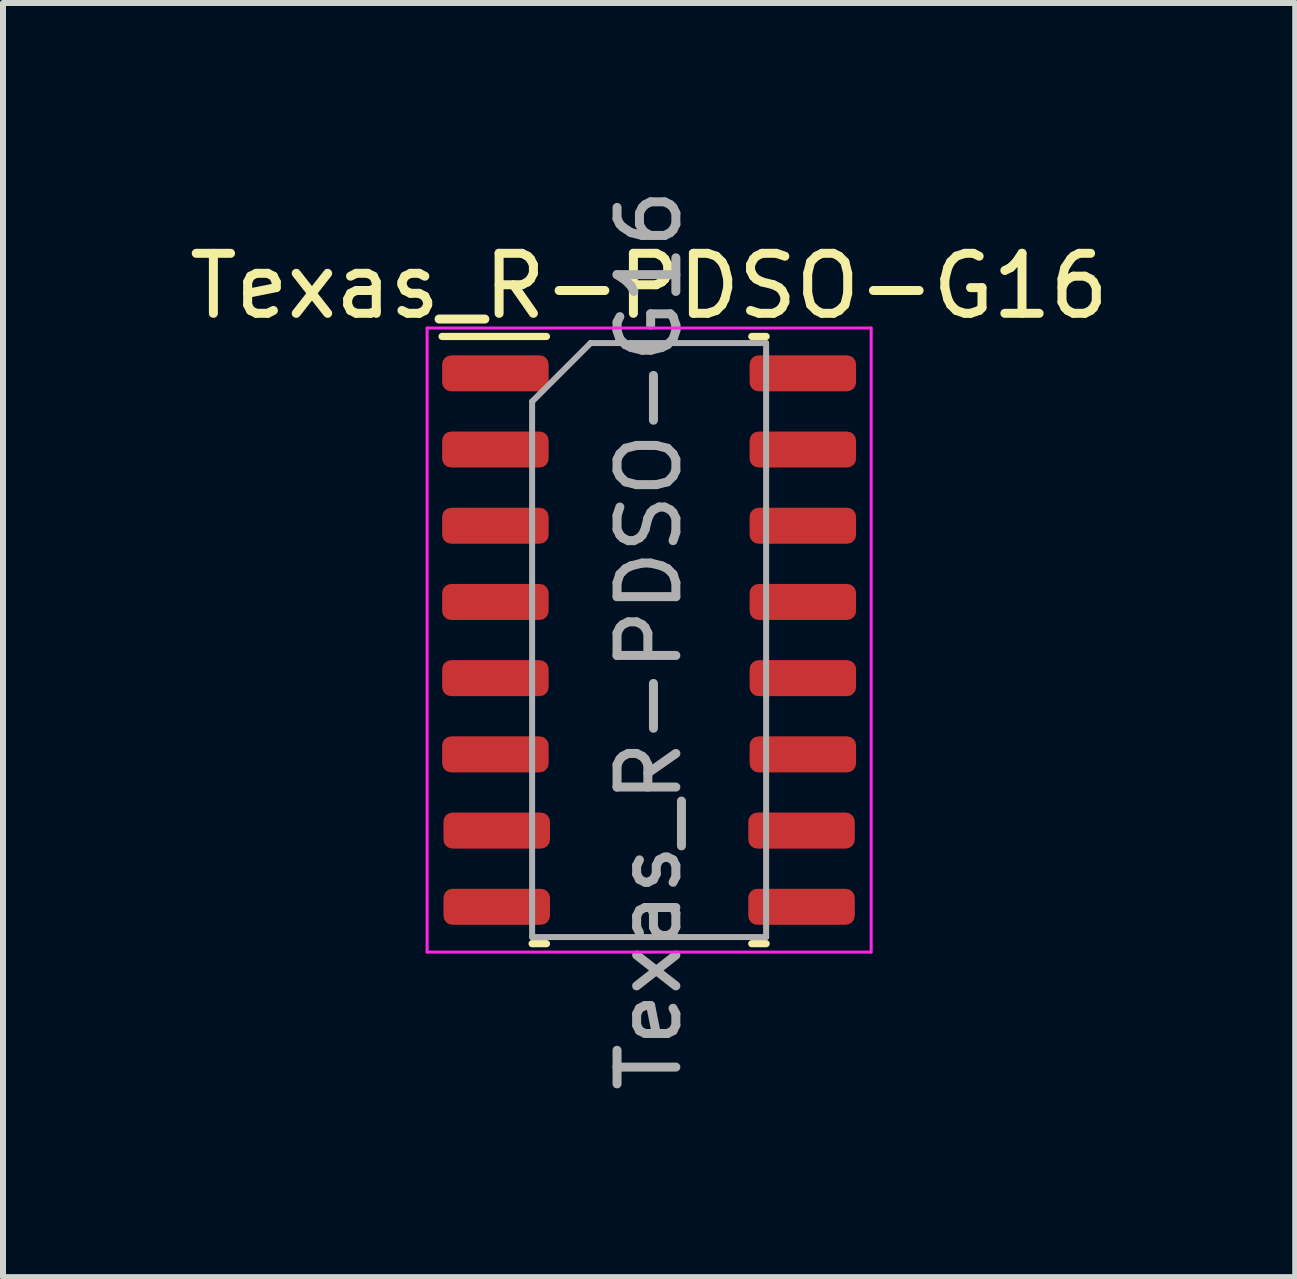
<source format=kicad_pcb>
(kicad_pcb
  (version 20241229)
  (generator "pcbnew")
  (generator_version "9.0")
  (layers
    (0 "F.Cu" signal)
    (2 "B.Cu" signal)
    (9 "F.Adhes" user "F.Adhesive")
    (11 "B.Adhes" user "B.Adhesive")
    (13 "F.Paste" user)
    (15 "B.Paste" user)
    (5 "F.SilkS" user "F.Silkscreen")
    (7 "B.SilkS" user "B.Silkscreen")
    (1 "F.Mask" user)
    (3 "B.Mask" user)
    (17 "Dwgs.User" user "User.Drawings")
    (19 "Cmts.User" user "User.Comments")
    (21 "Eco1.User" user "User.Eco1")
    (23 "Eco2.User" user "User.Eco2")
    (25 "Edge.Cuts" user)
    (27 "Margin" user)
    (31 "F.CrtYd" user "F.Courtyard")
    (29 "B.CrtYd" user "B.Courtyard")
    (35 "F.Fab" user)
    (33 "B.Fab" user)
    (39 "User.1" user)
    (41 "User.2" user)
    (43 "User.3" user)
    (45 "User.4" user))
  (footprint "Texas_R-PDSO-G16"
    (layer "F.Cu")
    (at 7.768 7.617)
    (property "Reference" "Texas_R-PDSO-G16" (at 0 -5.9 0) (layer "F.SilkS") (effects (font (size 1 1) (thickness 0.15))))
    (attr smd)
    (fp_line (start -1.711 -5.06) (end -3.45 -5.06) (stroke (width 0.12) (type solid)) (layer "F.SilkS"))
    (fp_line (start -1.711 5.06) (end -1.95 5.06) (stroke (width 0.12) (type solid)) (layer "F.SilkS"))
    (fp_line (start 1.711 -5.06) (end 1.95 -5.06) (stroke (width 0.12) (type solid)) (layer "F.SilkS"))
    (fp_line (start 1.711 5.06) (end 1.95 5.06) (stroke (width 0.12) (type solid)) (layer "F.SilkS"))
    (fp_line (start -3.7 -5.2) (end -3.7 5.2) (stroke (width 0.05) (type solid)) (layer "F.CrtYd"))
    (fp_line (start -3.7 5.2) (end 3.7 5.2) (stroke (width 0.05) (type solid)) (layer "F.CrtYd"))
    (fp_line (start 3.7 -5.2) (end -3.7 -5.2) (stroke (width 0.05) (type solid)) (layer "F.CrtYd"))
    (fp_line (start 3.7 5.2) (end 3.7 -5.2) (stroke (width 0.05) (type solid)) (layer "F.CrtYd"))
    (fp_line (start -1.95 -3.975) (end -0.975 -4.95) (stroke (width 0.1) (type solid)) (layer "F.Fab"))
    (fp_line (start -1.95 4.95) (end -1.95 -3.975) (stroke (width 0.1) (type solid)) (layer "F.Fab"))
    (fp_line (start -0.975 -4.95) (end 1.95 -4.95) (stroke (width 0.1) (type solid)) (layer "F.Fab"))
    (fp_line (start 1.95 -4.95) (end 1.95 4.95) (stroke (width 0.1) (type solid)) (layer "F.Fab"))
    (fp_line (start 1.95 4.95) (end -1.95 4.95) (stroke (width 0.1) (type solid)) (layer "F.Fab"))
    (fp_text user "${REFERENCE}" (at 0 0 90) (layer "F.Fab") (effects (font (size 0.98 0.98) (thickness 0.15))))
    (pad "1" smd roundrect (at -2.562 -4.445) (size 1.775 0.6) (layers "F.Cu" "F.Mask" "F.Paste") (roundrect_rratio 0.25))
    (pad "2" smd roundrect (at -2.562 -3.175) (size 1.775 0.6) (layers "F.Cu" "F.Mask" "F.Paste") (roundrect_rratio 0.25))
    (pad "3" smd roundrect (at -2.562 -1.905) (size 1.775 0.6) (layers "F.Cu" "F.Mask" "F.Paste") (roundrect_rratio 0.25))
    (pad "4" smd roundrect (at -2.562 -0.635) (size 1.775 0.6) (layers "F.Cu" "F.Mask" "F.Paste") (roundrect_rratio 0.25))
    (pad "5" smd roundrect (at -2.562 0.635) (size 1.775 0.6) (layers "F.Cu" "F.Mask" "F.Paste") (roundrect_rratio 0.25))
    (pad "6" smd roundrect (at -2.562 1.905) (size 1.775 0.6) (layers "F.Cu" "F.Mask" "F.Paste") (roundrect_rratio 0.25))
    (pad "7" smd roundrect (at -2.54 3.175) (size 1.775 0.6) (layers "F.Cu" "F.Mask" "F.Paste") (roundrect_rratio 0.25))
    (pad "8" smd roundrect (at -2.54 4.445) (size 1.775 0.6) (layers "F.Cu" "F.Mask" "F.Paste") (roundrect_rratio 0.25))
    (pad "9" smd roundrect (at 2.54 4.445) (size 1.775 0.6) (layers "F.Cu" "F.Mask" "F.Paste") (roundrect_rratio 0.25))
    (pad "10" smd roundrect (at 2.54 3.175) (size 1.775 0.6) (layers "F.Cu" "F.Mask" "F.Paste") (roundrect_rratio 0.25))
    (pad "11" smd roundrect (at 2.562 1.905) (size 1.775 0.6) (layers "F.Cu" "F.Mask" "F.Paste") (roundrect_rratio 0.25))
    (pad "12" smd roundrect (at 2.562 0.635) (size 1.775 0.6) (layers "F.Cu" "F.Mask" "F.Paste") (roundrect_rratio 0.25))
    (pad "13" smd roundrect (at 2.562 -0.635) (size 1.775 0.6) (layers "F.Cu" "F.Mask" "F.Paste") (roundrect_rratio 0.25))
    (pad "14" smd roundrect (at 2.562 -1.905) (size 1.775 0.6) (layers "F.Cu" "F.Mask" "F.Paste") (roundrect_rratio 0.25))
    (pad "15" smd roundrect (at 2.562 -3.175) (size 1.775 0.6) (layers "F.Cu" "F.Mask" "F.Paste") (roundrect_rratio 0.25))
    (pad "16" smd roundrect (at 2.562 -4.445) (size 1.775 0.6) (layers "F.Cu" "F.Mask" "F.Paste") (roundrect_rratio 0.25)))
  (gr_rect
    (start -3 -3)
    (end 18.536 18.234)
    (stroke (width 0.1) (type default))
    (fill no)
    (layer "Edge.Cuts")))
</source>
